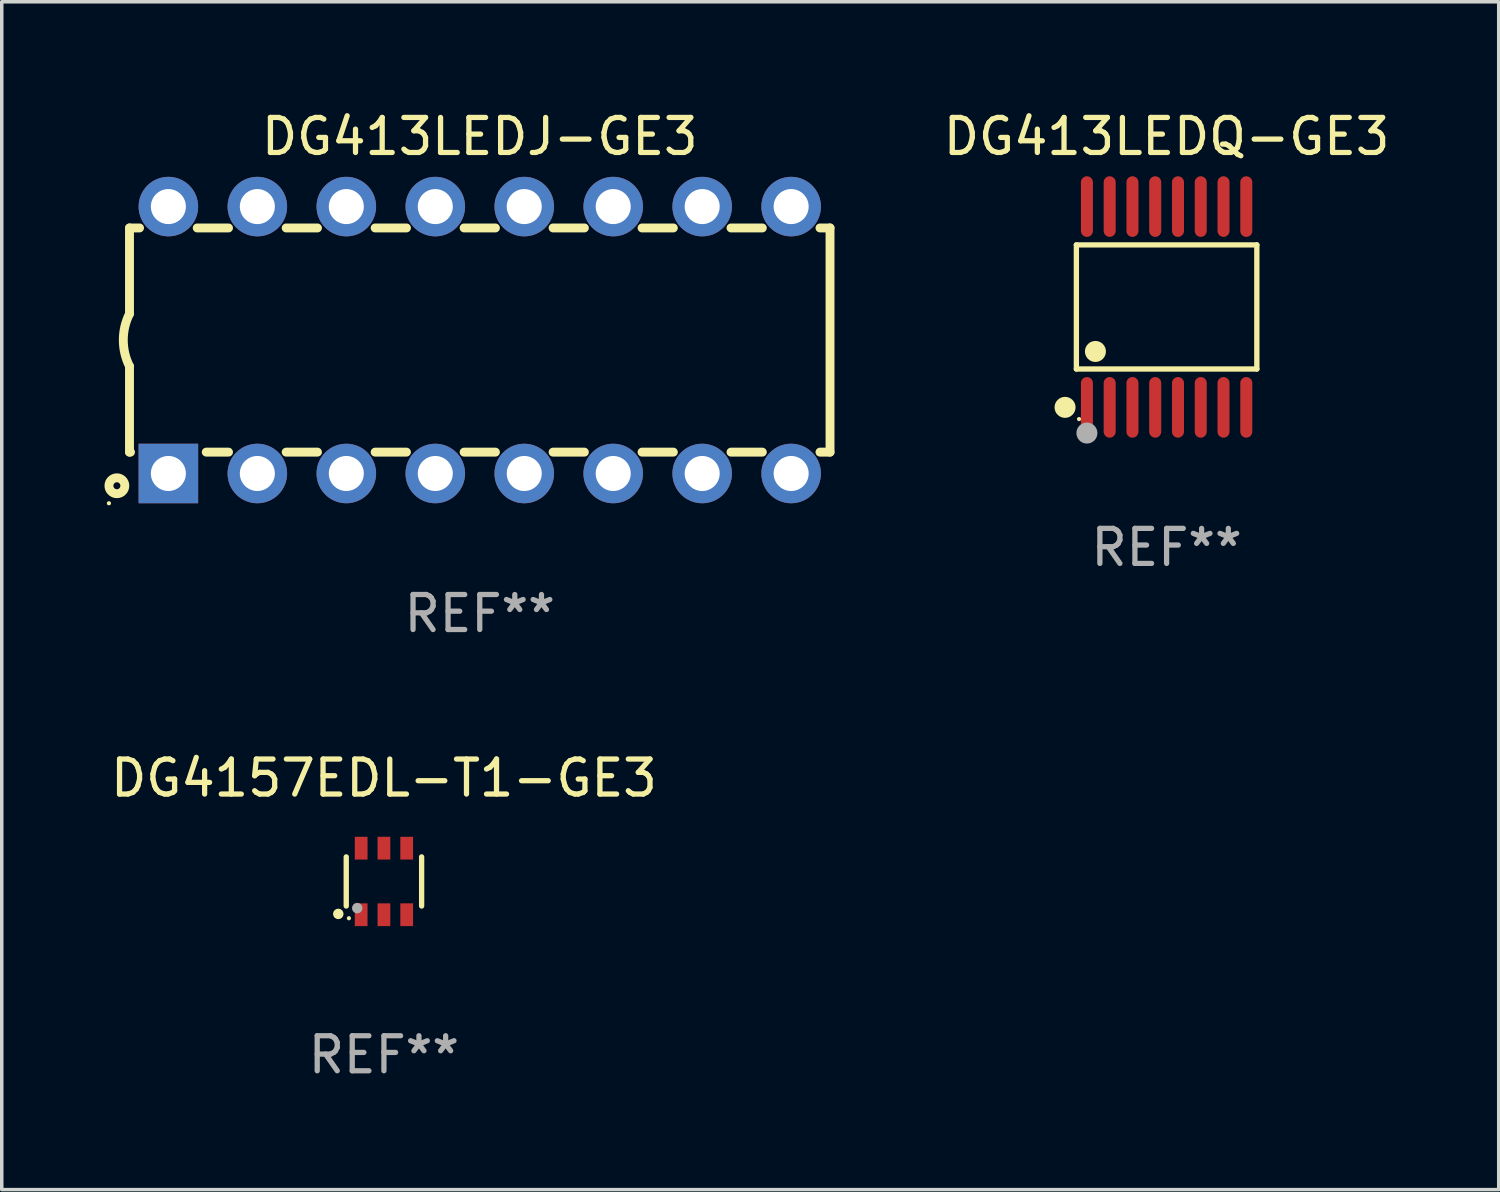
<source format=kicad_pcb>
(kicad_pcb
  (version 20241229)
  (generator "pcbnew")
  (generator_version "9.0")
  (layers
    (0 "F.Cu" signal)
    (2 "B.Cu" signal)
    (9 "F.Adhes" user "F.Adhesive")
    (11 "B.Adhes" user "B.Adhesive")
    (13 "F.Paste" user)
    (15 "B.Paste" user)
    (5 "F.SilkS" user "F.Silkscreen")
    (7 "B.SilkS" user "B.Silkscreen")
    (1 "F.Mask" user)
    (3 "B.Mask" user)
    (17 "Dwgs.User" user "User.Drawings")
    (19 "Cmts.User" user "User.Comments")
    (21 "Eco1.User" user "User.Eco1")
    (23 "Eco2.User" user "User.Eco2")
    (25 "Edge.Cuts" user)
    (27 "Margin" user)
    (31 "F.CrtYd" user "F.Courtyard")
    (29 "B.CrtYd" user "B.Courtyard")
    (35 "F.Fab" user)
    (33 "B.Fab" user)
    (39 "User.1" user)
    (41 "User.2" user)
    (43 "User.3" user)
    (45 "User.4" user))
  (footprint "DG413LEDJ-GE3"
    (layer "F.Cu")
    (at 10.647 6.658)
    (property "Reference" "DG413LEDJ-GE3" (at 0 -5.81 0) (layer "F.SilkS") (effects (font (size 1 1) (thickness 0.15))))
    (attr through_hole)
    (fp_line (start -10 -3.2) (end -10 -0.75) (stroke (width 0.254) (type solid)) (layer "F.SilkS"))
    (fp_line (start -10 -3.2) (end -9.713 -3.2) (stroke (width 0.254) (type solid)) (layer "F.SilkS"))
    (fp_line (start -10 3.2) (end -10 0.75) (stroke (width 0.254) (type solid)) (layer "F.SilkS"))
    (fp_line (start -10 3.2) (end -9.971 3.2) (stroke (width 0.254) (type solid)) (layer "F.SilkS"))
    (fp_line (start -8.067 -3.2) (end -7.173 -3.2) (stroke (width 0.254) (type solid)) (layer "F.SilkS"))
    (fp_line (start -7.809 3.2) (end -7.173 3.2) (stroke (width 0.254) (type solid)) (layer "F.SilkS"))
    (fp_line (start -5.527 3.2) (end -4.633 3.2) (stroke (width 0.254) (type solid)) (layer "F.SilkS"))
    (fp_line (start -5.527 -3.2) (end -4.633 -3.2) (stroke (width 0.254) (type solid)) (layer "F.SilkS"))
    (fp_line (start -2.987 3.2) (end -2.093 3.2) (stroke (width 0.254) (type solid)) (layer "F.SilkS"))
    (fp_line (start -2.987 -3.2) (end -2.093 -3.2) (stroke (width 0.254) (type solid)) (layer "F.SilkS"))
    (fp_line (start -0.447 3.2) (end 0.447 3.2) (stroke (width 0.254) (type solid)) (layer "F.SilkS"))
    (fp_line (start -0.447 -3.2) (end 0.447 -3.2) (stroke (width 0.254) (type solid)) (layer "F.SilkS"))
    (fp_line (start 2.093 3.2) (end 2.987 3.2) (stroke (width 0.254) (type solid)) (layer "F.SilkS"))
    (fp_line (start 2.093 -3.2) (end 2.987 -3.2) (stroke (width 0.254) (type solid)) (layer "F.SilkS"))
    (fp_line (start 4.633 3.2) (end 5.527 3.2) (stroke (width 0.254) (type solid)) (layer "F.SilkS"))
    (fp_line (start 4.633 -3.2) (end 5.527 -3.2) (stroke (width 0.254) (type solid)) (layer "F.SilkS"))
    (fp_line (start 7.173 3.2) (end 8.067 3.2) (stroke (width 0.254) (type solid)) (layer "F.SilkS"))
    (fp_line (start 7.173 -3.2) (end 8.067 -3.2) (stroke (width 0.254) (type solid)) (layer "F.SilkS"))
    (fp_line (start 9.713 3.2) (end 10 3.2) (stroke (width 0.254) (type solid)) (layer "F.SilkS"))
    (fp_line (start 9.713 -3.2) (end 10 -3.2) (stroke (width 0.254) (type solid)) (layer "F.SilkS"))
    (fp_line (start 10 -3.2) (end 10 3.2) (stroke (width 0.254) (type solid)) (layer "F.SilkS"))
    (fp_arc (start -10 0.748793) (mid -10.176918 -0.000607) (end -10.000025 -0.750013) (stroke (width 0.254001) (type solid)) (layer "F.SilkS"))
    (fp_circle (center -10.587 4.66) (end -10.557 4.66) (stroke (width 0.06) (type solid)) (fill no) (layer "F.SilkS"))
    (fp_circle (center -10.36 4.16) (end -10.26 4.16) (stroke (width 0.254) (type solid)) (fill no) (layer "F.SilkS"))
    (fp_text user "REF**" (at 0 7.81 0) (layer "F.Fab") (effects (font (size 1 1) (thickness 0.15))))
    (pad "1" thru_hole rect (at -8.89 3.81 90) (size 1.7 1.7) (drill 1) (layers "*.Cu" "*.Mask"))
    (pad "2" thru_hole circle (at -6.35 3.81) (size 1.7 1.7) (drill 1) (layers "*.Cu" "*.Mask"))
    (pad "3" thru_hole circle (at -3.81 3.81) (size 1.7 1.7) (drill 1) (layers "*.Cu" "*.Mask"))
    (pad "4" thru_hole circle (at -1.27 3.81) (size 1.7 1.7) (drill 1) (layers "*.Cu" "*.Mask"))
    (pad "5" thru_hole circle (at 1.27 3.81) (size 1.7 1.7) (drill 1) (layers "*.Cu" "*.Mask"))
    (pad "6" thru_hole circle (at 3.81 3.81) (size 1.7 1.7) (drill 1) (layers "*.Cu" "*.Mask"))
    (pad "7" thru_hole circle (at 6.35 3.81) (size 1.7 1.7) (drill 1) (layers "*.Cu" "*.Mask"))
    (pad "8" thru_hole circle (at 8.89 3.81) (size 1.7 1.7) (drill 1) (layers "*.Cu" "*.Mask"))
    (pad "9" thru_hole circle (at 8.89 -3.81) (size 1.7 1.7) (drill 1) (layers "*.Cu" "*.Mask"))
    (pad "10" thru_hole circle (at 6.35 -3.81) (size 1.7 1.7) (drill 1) (layers "*.Cu" "*.Mask"))
    (pad "11" thru_hole circle (at 3.81 -3.81) (size 1.7 1.7) (drill 1) (layers "*.Cu" "*.Mask"))
    (pad "12" thru_hole circle (at 1.27 -3.81) (size 1.7 1.7) (drill 1) (layers "*.Cu" "*.Mask"))
    (pad "13" thru_hole circle (at -1.27 -3.81) (size 1.7 1.7) (drill 1) (layers "*.Cu" "*.Mask"))
    (pad "14" thru_hole circle (at -3.81 -3.81) (size 1.7 1.7) (drill 1) (layers "*.Cu" "*.Mask"))
    (pad "15" thru_hole circle (at -6.35 -3.81) (size 1.7 1.7) (drill 1) (layers "*.Cu" "*.Mask"))
    (pad "16" thru_hole circle (at -8.89 -3.81) (size 1.7 1.7) (drill 1) (layers "*.Cu" "*.Mask")))
  (footprint "DG413LEDQ-GE3"
    (layer "F.Cu")
    (at 30.256 5.714)
    (property "Reference" "DG413LEDQ-GE3" (at 0 -4.866 0) (layer "F.SilkS") (effects (font (size 1 1) (thickness 0.15))))
    (attr through_hole)
    (fp_line (start -2.576 -1.772) (end 2.576 -1.772) (stroke (width 0.152) (type solid)) (layer "F.SilkS"))
    (fp_line (start -2.576 1.771) (end -2.576 -1.772) (stroke (width 0.152) (type solid)) (layer "F.SilkS"))
    (fp_line (start 2.576 -1.772) (end 2.576 1.771) (stroke (width 0.152) (type solid)) (layer "F.SilkS"))
    (fp_line (start 2.576 1.771) (end -2.576 1.771) (stroke (width 0.152) (type solid)) (layer "F.SilkS"))
    (fp_circle (center -2.899 2.866) (end -2.749 2.866) (stroke (width 0.3) (type solid)) (fill no) (layer "F.SilkS"))
    (fp_circle (center -2.5 3.2) (end -2.47 3.2) (stroke (width 0.06) (type solid)) (fill no) (layer "F.SilkS"))
    (fp_circle (center -2.032 1.27) (end -1.882 1.27) (stroke (width 0.3) (type solid)) (fill no) (layer "F.SilkS"))
    (fp_circle (center -2.275 3.6) (end -2.125 3.6) (stroke (width 0.3) (type solid)) (fill no) (layer "F.Fab"))
    (fp_text user "REF**" (at 0 6.866 0) (layer "F.Fab") (effects (font (size 1 1) (thickness 0.15))))
    (pad "1" smd oval (at -2.275 2.866) (size 0.343 1.731) (layers "F.Cu" "F.Mask" "F.Paste"))
    (pad "2" smd oval (at -1.625 2.866) (size 0.343 1.731) (layers "F.Cu" "F.Mask" "F.Paste"))
    (pad "3" smd oval (at -0.975 2.866) (size 0.343 1.731) (layers "F.Cu" "F.Mask" "F.Paste"))
    (pad "4" smd oval (at -0.325 2.866) (size 0.343 1.731) (layers "F.Cu" "F.Mask" "F.Paste"))
    (pad "5" smd oval (at 0.325 2.866) (size 0.343 1.731) (layers "F.Cu" "F.Mask" "F.Paste"))
    (pad "6" smd oval (at 0.975 2.866) (size 0.343 1.731) (layers "F.Cu" "F.Mask" "F.Paste"))
    (pad "7" smd oval (at 1.625 2.866) (size 0.343 1.731) (layers "F.Cu" "F.Mask" "F.Paste"))
    (pad "8" smd oval (at 2.275 2.866) (size 0.343 1.731) (layers "F.Cu" "F.Mask" "F.Paste"))
    (pad "9" smd oval (at 2.275 -2.866) (size 0.343 1.731) (layers "F.Cu" "F.Mask" "F.Paste"))
    (pad "10" smd oval (at 1.625 -2.866) (size 0.343 1.731) (layers "F.Cu" "F.Mask" "F.Paste"))
    (pad "11" smd oval (at 0.975 -2.866) (size 0.343 1.731) (layers "F.Cu" "F.Mask" "F.Paste"))
    (pad "12" smd oval (at 0.325 -2.866) (size 0.343 1.731) (layers "F.Cu" "F.Mask" "F.Paste"))
    (pad "13" smd oval (at -0.325 -2.866) (size 0.343 1.731) (layers "F.Cu" "F.Mask" "F.Paste"))
    (pad "14" smd oval (at -0.975 -2.866) (size 0.343 1.731) (layers "F.Cu" "F.Mask" "F.Paste"))
    (pad "15" smd oval (at -1.625 -2.866) (size 0.343 1.731) (layers "F.Cu" "F.Mask" "F.Paste"))
    (pad "16" smd oval (at -2.275 -2.866) (size 0.343 1.731) (layers "F.Cu" "F.Mask" "F.Paste")))
  (footprint "DG4157EDL-T1-GE3"
    (layer "F.Cu")
    (at 7.911 22.115)
    (property "Reference" "DG4157EDL-T1-GE3" (at 0 -2.95 0) (layer "F.SilkS") (effects (font (size 1 1) (thickness 0.15))))
    (attr through_hole)
    (fp_line (start -1.076 0.701) (end -1.076 -0.701) (stroke (width 0.152) (type solid)) (layer "F.SilkS"))
    (fp_line (start 1.076 0.701) (end 1.076 -0.701) (stroke (width 0.152) (type solid)) (layer "F.SilkS"))
    (fp_circle (center -1.303 0.927) (end -1.228 0.927) (stroke (width 0.15) (type solid)) (fill no) (layer "F.SilkS"))
    (fp_circle (center -1 1.05) (end -0.97 1.05) (stroke (width 0.06) (type solid)) (fill no) (layer "F.SilkS"))
    (fp_circle (center -0.762 0.762) (end -0.687 0.762) (stroke (width 0.15) (type solid)) (fill no) (layer "F.Fab"))
    (fp_text user "REF**" (at 0 4.95 0) (layer "F.Fab") (effects (font (size 1 1) (thickness 0.15))))
    (pad "1" smd rect (at -0.65 0.95) (size 0.364 0.65) (layers "F.Cu" "F.Mask" "F.Paste"))
    (pad "2" smd rect (at 0 0.95) (size 0.364 0.65) (layers "F.Cu" "F.Mask" "F.Paste"))
    (pad "3" smd rect (at 0.65 0.95) (size 0.364 0.65) (layers "F.Cu" "F.Mask" "F.Paste"))
    (pad "4" smd rect (at 0.65 -0.95) (size 0.364 0.65) (layers "F.Cu" "F.Mask" "F.Paste"))
    (pad "5" smd rect (at 0 -0.95) (size 0.364 0.65) (layers "F.Cu" "F.Mask" "F.Paste"))
    (pad "6" smd rect (at -0.65 -0.95) (size 0.364 0.65) (layers "F.Cu" "F.Mask" "F.Paste")))
  (gr_rect
    (start -3 -3)
    (end 39.738 30.913)
    (stroke (width 0.1) (type default))
    (fill no)
    (layer "Edge.Cuts")))
</source>
